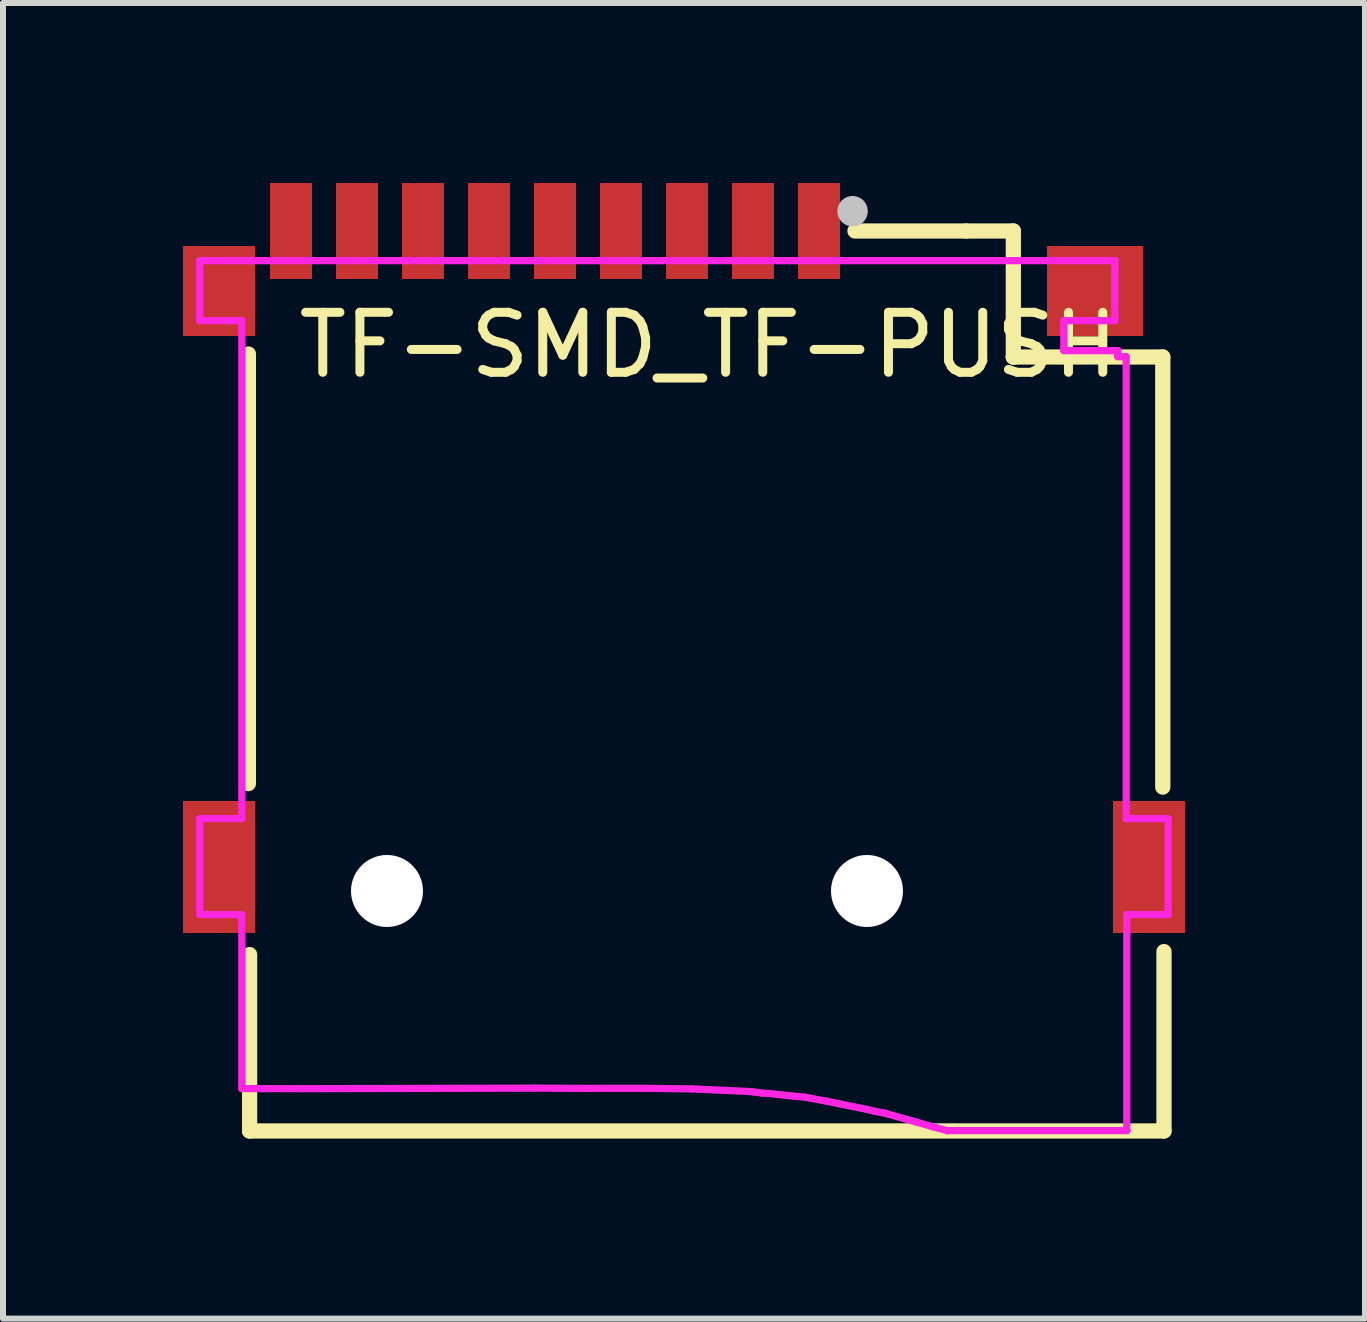
<source format=kicad_pcb>
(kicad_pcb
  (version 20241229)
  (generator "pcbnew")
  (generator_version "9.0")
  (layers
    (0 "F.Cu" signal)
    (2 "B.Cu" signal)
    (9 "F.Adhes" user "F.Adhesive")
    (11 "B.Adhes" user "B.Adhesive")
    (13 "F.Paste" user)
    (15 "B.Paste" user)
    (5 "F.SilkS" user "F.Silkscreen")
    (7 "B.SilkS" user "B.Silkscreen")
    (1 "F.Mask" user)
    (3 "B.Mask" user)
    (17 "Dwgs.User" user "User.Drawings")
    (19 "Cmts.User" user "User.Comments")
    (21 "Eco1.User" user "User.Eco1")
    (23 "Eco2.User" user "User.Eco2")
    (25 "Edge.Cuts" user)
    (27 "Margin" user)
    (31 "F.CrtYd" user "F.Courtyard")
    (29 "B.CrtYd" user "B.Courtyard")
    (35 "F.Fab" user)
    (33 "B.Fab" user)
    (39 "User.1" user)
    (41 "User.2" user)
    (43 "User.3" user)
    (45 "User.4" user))
  (footprint "TF-SMD_TF-PUSH"
    (layer "F.Cu")
    (at 8.35 6.1)
    (property "Reference" "TF-SMD_TF-PUSH" (at -6.5 -3.4 0) (layer "F.SilkS") (effects (font (size 1 1) (thickness 0.15)) (justify left)))
    (attr through_hole)
    (fp_line (start -7.26 -3.25) (end -7.26 3.91) (stroke (width 0.254) (type solid)) (layer "F.SilkS"))
    (fp_line (start -7.24 9.7) (end -7.24 6.76) (stroke (width 0.254) (type solid)) (layer "F.SilkS"))
    (fp_line (start -7.24 9.7) (end 8 9.7) (stroke (width 0.254) (type solid)) (layer "F.SilkS"))
    (fp_line (start 4.702 -5.3) (end 2.85 -5.3) (stroke (width 0.254) (type solid)) (layer "F.SilkS"))
    (fp_line (start 4.702 -5.3) (end 5.489 -5.3) (stroke (width 0.254) (type solid)) (layer "F.SilkS"))
    (fp_line (start 5.489 -5.3) (end 5.489 -3.199) (stroke (width 0.254) (type solid)) (layer "F.SilkS"))
    (fp_line (start 5.489 -3.199) (end 5.5 -3.2) (stroke (width 0.254) (type solid)) (layer "F.SilkS"))
    (fp_line (start 7.98 -3.2) (end 5.49 -3.2) (stroke (width 0.254) (type solid)) (layer "F.SilkS"))
    (fp_line (start 7.98 3.969) (end 7.98 -3.2) (stroke (width 0.254) (type solid)) (layer "F.SilkS"))
    (fp_line (start 8 9.7) (end 8 6.71) (stroke (width 0.254) (type solid)) (layer "F.SilkS"))
    (fp_circle (center -4.95 5.7) (end -4.75 5.7) (stroke (width 0.4) (type solid)) (fill no) (layer "Dwgs.User"))
    (fp_circle (center 2.81 -5.63) (end 2.937 -5.63) (stroke (width 0.254) (type solid)) (fill no) (layer "Dwgs.User"))
    (fp_circle (center 3.05 5.7) (end 3.25 5.7) (stroke (width 0.4) (type solid)) (fill no) (layer "Dwgs.User"))
    (fp_line (start -8.07 -4.806) (end -8.07 -4.806) (stroke (width 0.12) (type solid)) (layer "F.CrtYd"))
    (fp_line (start -8.07 -4.806) (end 7.181 -4.806) (stroke (width 0.12) (type solid)) (layer "F.CrtYd"))
    (fp_line (start -8.07 -3.806) (end -8.07 -4.806) (stroke (width 0.12) (type solid)) (layer "F.CrtYd"))
    (fp_line (start -8.07 4.494) (end -7.37 4.494) (stroke (width 0.12) (type solid)) (layer "F.CrtYd"))
    (fp_line (start -8.07 6.094) (end -8.07 4.494) (stroke (width 0.12) (type solid)) (layer "F.CrtYd"))
    (fp_line (start -7.37 -3.806) (end -8.07 -3.806) (stroke (width 0.12) (type solid)) (layer "F.CrtYd"))
    (fp_line (start -7.37 4.494) (end -7.37 -3.806) (stroke (width 0.12) (type solid)) (layer "F.CrtYd"))
    (fp_line (start -7.37 6.094) (end -8.07 6.094) (stroke (width 0.12) (type solid)) (layer "F.CrtYd"))
    (fp_line (start -7.37 8.994) (end -7.37 6.094) (stroke (width 0.12) (type solid)) (layer "F.CrtYd"))
    (fp_line (start -6.352 8.995) (end -7.37 8.994) (stroke (width 0.12) (type solid)) (layer "F.CrtYd"))
    (fp_line (start -2.476 8.986) (end -6.352 8.995) (stroke (width 0.12) (type solid)) (layer "F.CrtYd"))
    (fp_line (start -1.695 8.99) (end -2.476 8.986) (stroke (width 0.12) (type solid)) (layer "F.CrtYd"))
    (fp_line (start -0.648 8.989) (end -1.695 8.99) (stroke (width 0.12) (type solid)) (layer "F.CrtYd"))
    (fp_line (start 0.138 8.999) (end -0.648 8.989) (stroke (width 0.12) (type solid)) (layer "F.CrtYd"))
    (fp_line (start 0.232 9.003) (end 0.138 8.999) (stroke (width 0.12) (type solid)) (layer "F.CrtYd"))
    (fp_line (start 1.09 9.042) (end 0.232 9.003) (stroke (width 0.12) (type solid)) (layer "F.CrtYd"))
    (fp_line (start 1.163 9.05) (end 1.09 9.042) (stroke (width 0.12) (type solid)) (layer "F.CrtYd"))
    (fp_line (start 1.308 9.069) (end 1.163 9.05) (stroke (width 0.12) (type solid)) (layer "F.CrtYd"))
    (fp_line (start 1.414 9.075) (end 1.308 9.069) (stroke (width 0.12) (type solid)) (layer "F.CrtYd"))
    (fp_line (start 1.841 9.121) (end 1.414 9.075) (stroke (width 0.12) (type solid)) (layer "F.CrtYd"))
    (fp_line (start 2.012 9.136) (end 1.841 9.121) (stroke (width 0.12) (type solid)) (layer "F.CrtYd"))
    (fp_line (start 2.38 9.204) (end 2.012 9.136) (stroke (width 0.12) (type solid)) (layer "F.CrtYd"))
    (fp_line (start 3.048 9.34) (end 2.38 9.204) (stroke (width 0.12) (type solid)) (layer "F.CrtYd"))
    (fp_line (start 3.176 9.371) (end 3.048 9.34) (stroke (width 0.12) (type solid)) (layer "F.CrtYd"))
    (fp_line (start 3.348 9.403) (end 3.176 9.371) (stroke (width 0.12) (type solid)) (layer "F.CrtYd"))
    (fp_line (start 3.411 9.421) (end 3.348 9.403) (stroke (width 0.12) (type solid)) (layer "F.CrtYd"))
    (fp_line (start 3.876 9.552) (end 3.411 9.421) (stroke (width 0.12) (type solid)) (layer "F.CrtYd"))
    (fp_line (start 4.14 9.628) (end 3.876 9.552) (stroke (width 0.12) (type solid)) (layer "F.CrtYd"))
    (fp_line (start 4.388 9.695) (end 4.14 9.628) (stroke (width 0.12) (type solid)) (layer "F.CrtYd"))
    (fp_line (start 4.389 9.694) (end 4.388 9.695) (stroke (width 0.12) (type solid)) (layer "F.CrtYd"))
    (fp_line (start 4.389 9.694) (end 4.389 9.694) (stroke (width 0.12) (type solid)) (layer "F.CrtYd"))
    (fp_line (start 6.33 -3.806) (end 6.33 -3.306) (stroke (width 0.12) (type solid)) (layer "F.CrtYd"))
    (fp_line (start 6.33 -3.306) (end 7.229 -3.306) (stroke (width 0.12) (type solid)) (layer "F.CrtYd"))
    (fp_line (start 7.181 -4.806) (end 7.181 -4.806) (stroke (width 0.12) (type solid)) (layer "F.CrtYd"))
    (fp_line (start 7.181 -4.806) (end 7.181 -3.806) (stroke (width 0.12) (type solid)) (layer "F.CrtYd"))
    (fp_line (start 7.181 -3.806) (end 6.33 -3.806) (stroke (width 0.12) (type solid)) (layer "F.CrtYd"))
    (fp_line (start 7.181 -3.806) (end 7.181 -3.806) (stroke (width 0.12) (type solid)) (layer "F.CrtYd"))
    (fp_line (start 7.229 -3.306) (end 7.229 -3.206) (stroke (width 0.12) (type solid)) (layer "F.CrtYd"))
    (fp_line (start 7.229 -3.206) (end 7.37 -3.206) (stroke (width 0.12) (type solid)) (layer "F.CrtYd"))
    (fp_line (start 7.37 -3.206) (end 7.37 4.494) (stroke (width 0.12) (type solid)) (layer "F.CrtYd"))
    (fp_line (start 7.37 4.494) (end 7.37 4.494) (stroke (width 0.12) (type solid)) (layer "F.CrtYd"))
    (fp_line (start 7.37 4.494) (end 8.069 4.494) (stroke (width 0.12) (type solid)) (layer "F.CrtYd"))
    (fp_line (start 7.379 9.694) (end 4.389 9.694) (stroke (width 0.12) (type solid)) (layer "F.CrtYd"))
    (fp_line (start 7.38 6.094) (end 7.38 9.693) (stroke (width 0.12) (type solid)) (layer "F.CrtYd"))
    (fp_line (start 7.38 9.693) (end 7.379 9.694) (stroke (width 0.12) (type solid)) (layer "F.CrtYd"))
    (fp_line (start 8.069 4.494) (end 8.07 4.495) (stroke (width 0.12) (type solid)) (layer "F.CrtYd"))
    (fp_line (start 8.07 4.495) (end 8.07 6.094) (stroke (width 0.12) (type solid)) (layer "F.CrtYd"))
    (fp_line (start 8.07 6.094) (end 7.38 6.094) (stroke (width 0.12) (type solid)) (layer "F.CrtYd"))
    (fp_line (start 8.07 6.094) (end 8.07 6.094) (stroke (width 0.12) (type solid)) (layer "F.CrtYd"))
    (pad "" np_thru_hole circle (at -4.95 5.7) (size 1.2 1.2) (drill 1.2) (layers "*.Cu" "*.Mask"))
    (pad "" np_thru_hole circle (at 3.05 5.7) (size 1.2 1.2) (drill 1.2) (layers "*.Cu" "*.Mask"))
    (pad "1" smd rect (at 2.25 -5.3) (size 0.7 1.6) (layers "F.Cu" "F.Mask" "F.Paste"))
    (pad "2" smd rect (at 1.15 -5.3) (size 0.7 1.6) (layers "F.Cu" "F.Mask" "F.Paste"))
    (pad "3" smd rect (at 0.05 -5.3) (size 0.7 1.6) (layers "F.Cu" "F.Mask" "F.Paste"))
    (pad "4" smd rect (at -1.05 -5.3) (size 0.7 1.6) (layers "F.Cu" "F.Mask" "F.Paste"))
    (pad "5" smd rect (at -2.15 -5.3) (size 0.7 1.6) (layers "F.Cu" "F.Mask" "F.Paste"))
    (pad "6" smd rect (at -3.25 -5.3) (size 0.7 1.6) (layers "F.Cu" "F.Mask" "F.Paste"))
    (pad "7" smd rect (at -4.35 -5.3) (size 0.7 1.6) (layers "F.Cu" "F.Mask" "F.Paste"))
    (pad "8" smd rect (at -5.45 -5.3) (size 0.7 1.6) (layers "F.Cu" "F.Mask" "F.Paste"))
    (pad "10" smd rect (at -7.75 -4.3) (size 1.2 1.5) (layers "F.Cu" "F.Mask" "F.Paste"))
    (pad "11" smd rect (at -7.75 5.3) (size 1.2 2.2) (layers "F.Cu" "F.Mask" "F.Paste"))
    (pad "12" smd rect (at 7.75 5.3) (size 1.2 2.2) (layers "F.Cu" "F.Mask" "F.Paste"))
    (pad "13" smd rect (at 6.85 -4.3) (size 1.6 1.5) (layers "F.Cu" "F.Mask" "F.Paste"))
    (pad "CD" smd rect (at -6.55 -5.3) (size 0.7 1.6) (layers "F.Cu" "F.Mask" "F.Paste")))
  (gr_rect
    (start -3 -3)
    (end 19.7 18.927)
    (stroke (width 0.1) (type default))
    (fill no)
    (layer "Edge.Cuts")))
</source>
